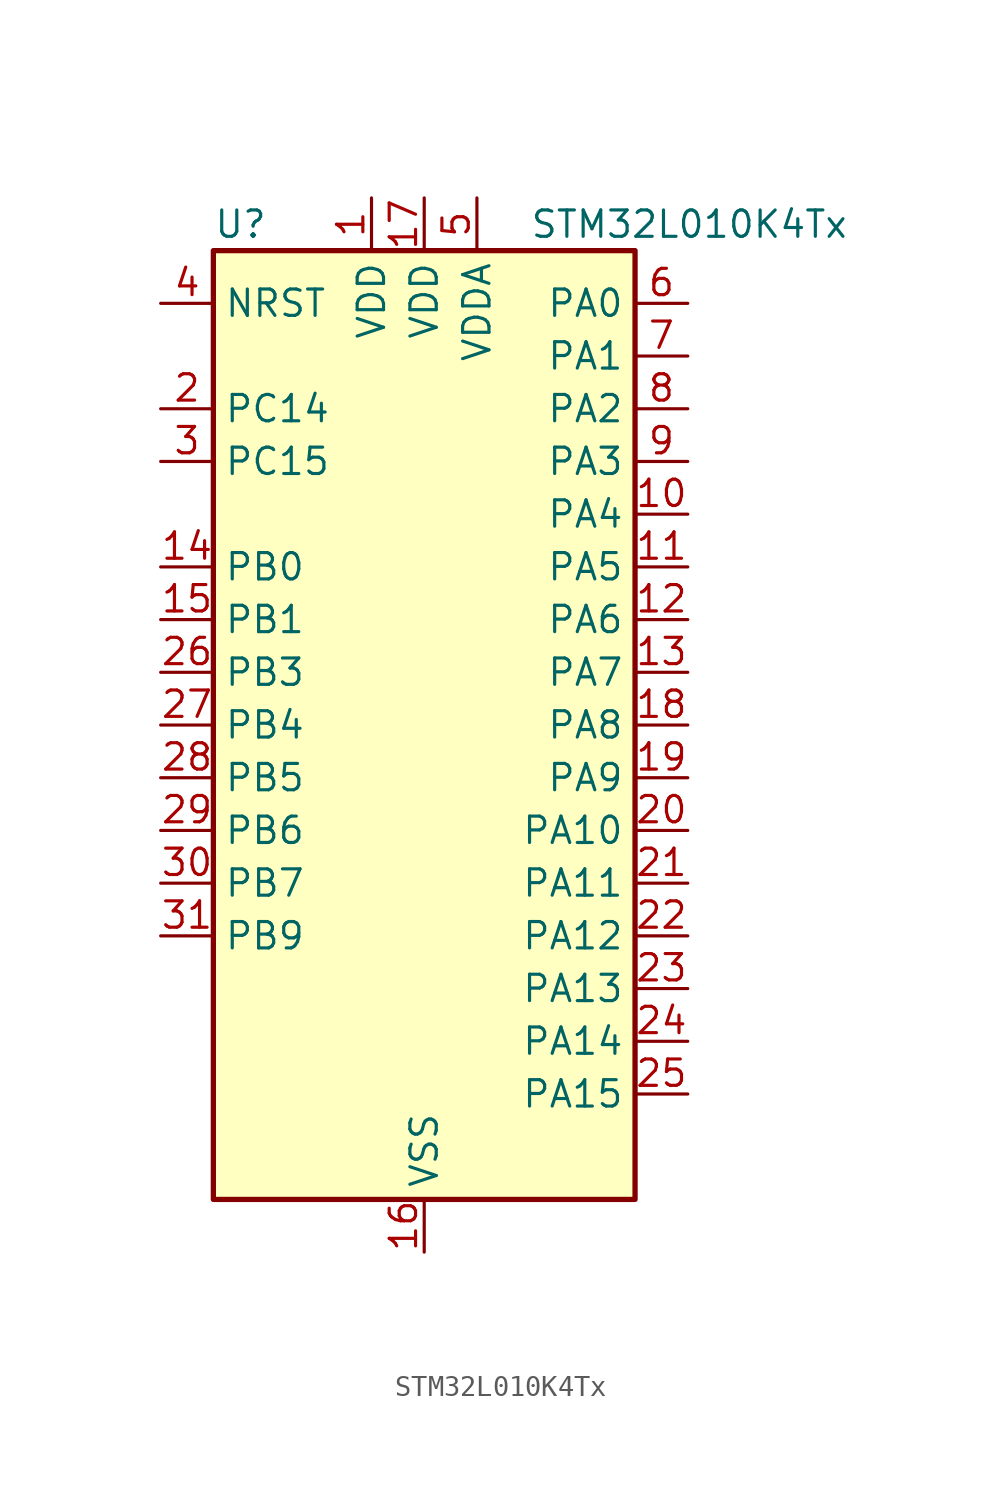
<source format=kicad_sym>
(kicad_symbol_lib
  (version 20220914)
  (generator kicad_symbol_editor)
  (symbol "STM32L010K4Tx"
    (property "Reference" "U"
      (at -10.16 24.13 0)
      (effects (font (size 1.27 1.27)) (justify left)))
    (property "Value" "STM32L010K4Tx"
      (at 5.08 24.13 0)
      (effects (font (size 1.27 1.27)) (justify left)))
    (property "ki_locked" ""
      (at 0 0 0)
      (effects (font (size 1.27 1.27))))
    (symbol "STM32L010K4Tx_0_1"
      (rectangle (start -10.16 -22.86) (end 10.16 22.86) (stroke (width 0.254) (type default)) (fill (type background))))
    (symbol "STM32L010K4Tx_1_1"
      (pin power_in line (at -2.54 25.4 270) (length 2.54) (name "VDD" (effects (font (size 1.27 1.27)))) (number "1" (effects (font (size 1.27 1.27)))))
      (pin bidirectional line (at 12.7 10.16 180) (length 2.54) (name "PA4" (effects (font (size 1.27 1.27)))) (number "10" (effects (font (size 1.27 1.27)))) (alternate "ADC_IN4" bidirectional line) (alternate "I2C1_SCL" bidirectional line) (alternate "LPTIM1_ETR" bidirectional line) (alternate "LPTIM1_IN1" bidirectional line) (alternate "LPUART1_TX" bidirectional line) (alternate "SPI1_NSS" bidirectional line) (alternate "TIM2_ETR" bidirectional line) (alternate "USART2_CK" bidirectional line))
      (pin bidirectional line (at 12.7 7.62 180) (length 2.54) (name "PA5" (effects (font (size 1.27 1.27)))) (number "11" (effects (font (size 1.27 1.27)))) (alternate "ADC_IN5" bidirectional line) (alternate "LPTIM1_IN2" bidirectional line) (alternate "SPI1_SCK" bidirectional line) (alternate "TIM2_CH1" bidirectional line) (alternate "TIM2_ETR" bidirectional line))
      (pin bidirectional line (at 12.7 5.08 180) (length 2.54) (name "PA6" (effects (font (size 1.27 1.27)))) (number "12" (effects (font (size 1.27 1.27)))) (alternate "ADC_IN6" bidirectional line) (alternate "LPTIM1_ETR" bidirectional line) (alternate "LPUART1_CTS" bidirectional line) (alternate "SPI1_MISO" bidirectional line))
      (pin bidirectional line (at 12.7 2.54 180) (length 2.54) (name "PA7" (effects (font (size 1.27 1.27)))) (number "13" (effects (font (size 1.27 1.27)))) (alternate "ADC_IN7" bidirectional line) (alternate "LPTIM1_OUT" bidirectional line) (alternate "SPI1_MOSI" bidirectional line) (alternate "TIM21_ETR" bidirectional line) (alternate "USART2_CTS" bidirectional line))
      (pin bidirectional line (at -12.7 7.62 0) (length 2.54) (name "PB0" (effects (font (size 1.27 1.27)))) (number "14" (effects (font (size 1.27 1.27)))) (alternate "ADC_IN8" bidirectional line) (alternate "SPI1_MISO" bidirectional line) (alternate "SYS_VREF_OUT_PB0" bidirectional line) (alternate "TIM2_CH2" bidirectional line) (alternate "TIM2_CH3" bidirectional line) (alternate "USART2_DE" bidirectional line) (alternate "USART2_RTS" bidirectional line))
      (pin bidirectional line (at -12.7 5.08 0) (length 2.54) (name "PB1" (effects (font (size 1.27 1.27)))) (number "15" (effects (font (size 1.27 1.27)))) (alternate "ADC_IN9" bidirectional line) (alternate "LPTIM1_IN1" bidirectional line) (alternate "LPUART1_DE" bidirectional line) (alternate "LPUART1_RTS" bidirectional line) (alternate "SPI1_MOSI" bidirectional line) (alternate "SYS_VREF_OUT_PB1" bidirectional line) (alternate "TIM2_CH4" bidirectional line) (alternate "USART2_CK" bidirectional line))
      (pin power_in line (at 0 -25.4 90) (length 2.54) (name "VSS" (effects (font (size 1.27 1.27)))) (number "16" (effects (font (size 1.27 1.27)))))
      (pin power_in line (at 0 25.4 270) (length 2.54) (name "VDD" (effects (font (size 1.27 1.27)))) (number "17" (effects (font (size 1.27 1.27)))))
      (pin bidirectional line (at 12.7 0 180) (length 2.54) (name "PA8" (effects (font (size 1.27 1.27)))) (number "18" (effects (font (size 1.27 1.27)))) (alternate "LPTIM1_IN1" bidirectional line) (alternate "RCC_MCO" bidirectional line) (alternate "TIM2_CH1" bidirectional line) (alternate "USART2_CK" bidirectional line))
      (pin bidirectional line (at 12.7 -2.54 180) (length 2.54) (name "PA9" (effects (font (size 1.27 1.27)))) (number "19" (effects (font (size 1.27 1.27)))) (alternate "I2C1_SCL" bidirectional line) (alternate "LPTIM1_OUT" bidirectional line) (alternate "RCC_MCO" bidirectional line) (alternate "TIM21_CH2" bidirectional line) (alternate "USART2_TX" bidirectional line))
      (pin bidirectional line (at -12.7 15.24 0) (length 2.54) (name "PC14" (effects (font (size 1.27 1.27)))) (number "2" (effects (font (size 1.27 1.27)))) (alternate "RCC_OSC32_IN" bidirectional line))
      (pin bidirectional line (at 12.7 -5.08 180) (length 2.54) (name "PA10" (effects (font (size 1.27 1.27)))) (number "20" (effects (font (size 1.27 1.27)))) (alternate "I2C1_SDA" bidirectional line) (alternate "RTC_REFIN" bidirectional line) (alternate "TIM21_CH1" bidirectional line) (alternate "TIM2_CH3" bidirectional line) (alternate "USART2_RX" bidirectional line))
      (pin bidirectional line (at 12.7 -7.62 180) (length 2.54) (name "PA11" (effects (font (size 1.27 1.27)))) (number "21" (effects (font (size 1.27 1.27)))) (alternate "ADC_EXTI11" bidirectional line) (alternate "LPTIM1_OUT" bidirectional line) (alternate "SPI1_MISO" bidirectional line) (alternate "TIM21_CH2" bidirectional line) (alternate "USART2_CTS" bidirectional line))
      (pin bidirectional line (at 12.7 -10.16 180) (length 2.54) (name "PA12" (effects (font (size 1.27 1.27)))) (number "22" (effects (font (size 1.27 1.27)))) (alternate "SPI1_MOSI" bidirectional line) (alternate "USART2_DE" bidirectional line) (alternate "USART2_RTS" bidirectional line))
      (pin bidirectional line (at 12.7 -12.7 180) (length 2.54) (name "PA13" (effects (font (size 1.27 1.27)))) (number "23" (effects (font (size 1.27 1.27)))) (alternate "I2C1_SDA" bidirectional line) (alternate "LPTIM1_ETR" bidirectional line) (alternate "LPUART1_RX" bidirectional line) (alternate "SPI1_SCK" bidirectional line) (alternate "SYS_SWDIO" bidirectional line))
      (pin bidirectional line (at 12.7 -15.24 180) (length 2.54) (name "PA14" (effects (font (size 1.27 1.27)))) (number "24" (effects (font (size 1.27 1.27)))) (alternate "I2C1_SMBA" bidirectional line) (alternate "LPTIM1_OUT" bidirectional line) (alternate "LPUART1_TX" bidirectional line) (alternate "SPI1_MISO" bidirectional line) (alternate "SYS_SWCLK" bidirectional line) (alternate "USART2_TX" bidirectional line))
      (pin bidirectional line (at 12.7 -17.78 180) (length 2.54) (name "PA15" (effects (font (size 1.27 1.27)))) (number "25" (effects (font (size 1.27 1.27)))) (alternate "SPI1_NSS" bidirectional line) (alternate "TIM2_CH1" bidirectional line) (alternate "TIM2_ETR" bidirectional line) (alternate "USART2_RX" bidirectional line))
      (pin bidirectional line (at -12.7 2.54 0) (length 2.54) (name "PB3" (effects (font (size 1.27 1.27)))) (number "26" (effects (font (size 1.27 1.27)))) (alternate "SPI1_SCK" bidirectional line) (alternate "TIM2_CH2" bidirectional line))
      (pin bidirectional line (at -12.7 0 0) (length 2.54) (name "PB4" (effects (font (size 1.27 1.27)))) (number "27" (effects (font (size 1.27 1.27)))) (alternate "SPI1_MISO" bidirectional line))
      (pin bidirectional line (at -12.7 -2.54 0) (length 2.54) (name "PB5" (effects (font (size 1.27 1.27)))) (number "28" (effects (font (size 1.27 1.27)))) (alternate "I2C1_SMBA" bidirectional line) (alternate "LPTIM1_IN1" bidirectional line) (alternate "SPI1_MOSI" bidirectional line) (alternate "TIM21_CH1" bidirectional line))
      (pin bidirectional line (at -12.7 -5.08 0) (length 2.54) (name "PB6" (effects (font (size 1.27 1.27)))) (number "29" (effects (font (size 1.27 1.27)))) (alternate "I2C1_SCL" bidirectional line) (alternate "LPTIM1_ETR" bidirectional line) (alternate "LPUART1_TX" bidirectional line) (alternate "TIM2_CH3" bidirectional line) (alternate "USART2_TX" bidirectional line))
      (pin bidirectional line (at -12.7 12.7 0) (length 2.54) (name "PC15" (effects (font (size 1.27 1.27)))) (number "3" (effects (font (size 1.27 1.27)))) (alternate "RCC_OSC32_OUT" bidirectional line))
      (pin bidirectional line (at -12.7 -7.62 0) (length 2.54) (name "PB7" (effects (font (size 1.27 1.27)))) (number "30" (effects (font (size 1.27 1.27)))) (alternate "I2C1_SDA" bidirectional line) (alternate "LPTIM1_IN2" bidirectional line) (alternate "LPUART1_RX" bidirectional line) (alternate "SYS_PVD_IN" bidirectional line) (alternate "TIM2_CH4" bidirectional line) (alternate "USART2_RX" bidirectional line))
      (pin bidirectional line (at -12.7 -10.16 0) (length 2.54) (name "PB9" (effects (font (size 1.27 1.27)))) (number "31" (effects (font (size 1.27 1.27)))))
      (pin passive line (at 0 -25.4 90) (length 2.54) hide (name "VSS" (effects (font (size 1.27 1.27)))) (number "32" (effects (font (size 1.27 1.27)))))
      (pin input line (at -12.7 20.32 0) (length 2.54) (name "NRST" (effects (font (size 1.27 1.27)))) (number "4" (effects (font (size 1.27 1.27)))))
      (pin power_in line (at 2.54 25.4 270) (length 2.54) (name "VDDA" (effects (font (size 1.27 1.27)))) (number "5" (effects (font (size 1.27 1.27)))))
      (pin bidirectional line (at 12.7 20.32 180) (length 2.54) (name "PA0" (effects (font (size 1.27 1.27)))) (number "6" (effects (font (size 1.27 1.27)))) (alternate "ADC_IN0" bidirectional line) (alternate "LPTIM1_IN1" bidirectional line) (alternate "LPUART1_RX" bidirectional line) (alternate "RCC_CK_IN" bidirectional line) (alternate "RTC_TAMP2" bidirectional line) (alternate "SYS_WKUP1" bidirectional line) (alternate "TIM2_CH1" bidirectional line) (alternate "TIM2_ETR" bidirectional line) (alternate "USART2_CTS" bidirectional line) (alternate "USART2_RX" bidirectional line))
      (pin bidirectional line (at 12.7 17.78 180) (length 2.54) (name "PA1" (effects (font (size 1.27 1.27)))) (number "7" (effects (font (size 1.27 1.27)))) (alternate "ADC_IN1" bidirectional line) (alternate "I2C1_SMBA" bidirectional line) (alternate "LPTIM1_IN2" bidirectional line) (alternate "LPUART1_TX" bidirectional line) (alternate "TIM21_ETR" bidirectional line) (alternate "TIM2_CH2" bidirectional line) (alternate "USART2_DE" bidirectional line) (alternate "USART2_RTS" bidirectional line))
      (pin bidirectional line (at 12.7 15.24 180) (length 2.54) (name "PA2" (effects (font (size 1.27 1.27)))) (number "8" (effects (font (size 1.27 1.27)))) (alternate "ADC_IN2" bidirectional line) (alternate "LPUART1_TX" bidirectional line) (alternate "RTC_OUT_ALARM" bidirectional line) (alternate "RTC_OUT_CALIB" bidirectional line) (alternate "RTC_TAMP3" bidirectional line) (alternate "RTC_TS" bidirectional line) (alternate "SYS_WKUP3" bidirectional line) (alternate "TIM21_CH1" bidirectional line) (alternate "TIM2_CH3" bidirectional line) (alternate "USART2_TX" bidirectional line))
      (pin bidirectional line (at 12.7 12.7 180) (length 2.54) (name "PA3" (effects (font (size 1.27 1.27)))) (number "9" (effects (font (size 1.27 1.27)))) (alternate "ADC_IN3" bidirectional line) (alternate "LPUART1_RX" bidirectional line) (alternate "TIM21_CH2" bidirectional line) (alternate "TIM2_CH4" bidirectional line) (alternate "USART2_RX" bidirectional line)))))
</source>
